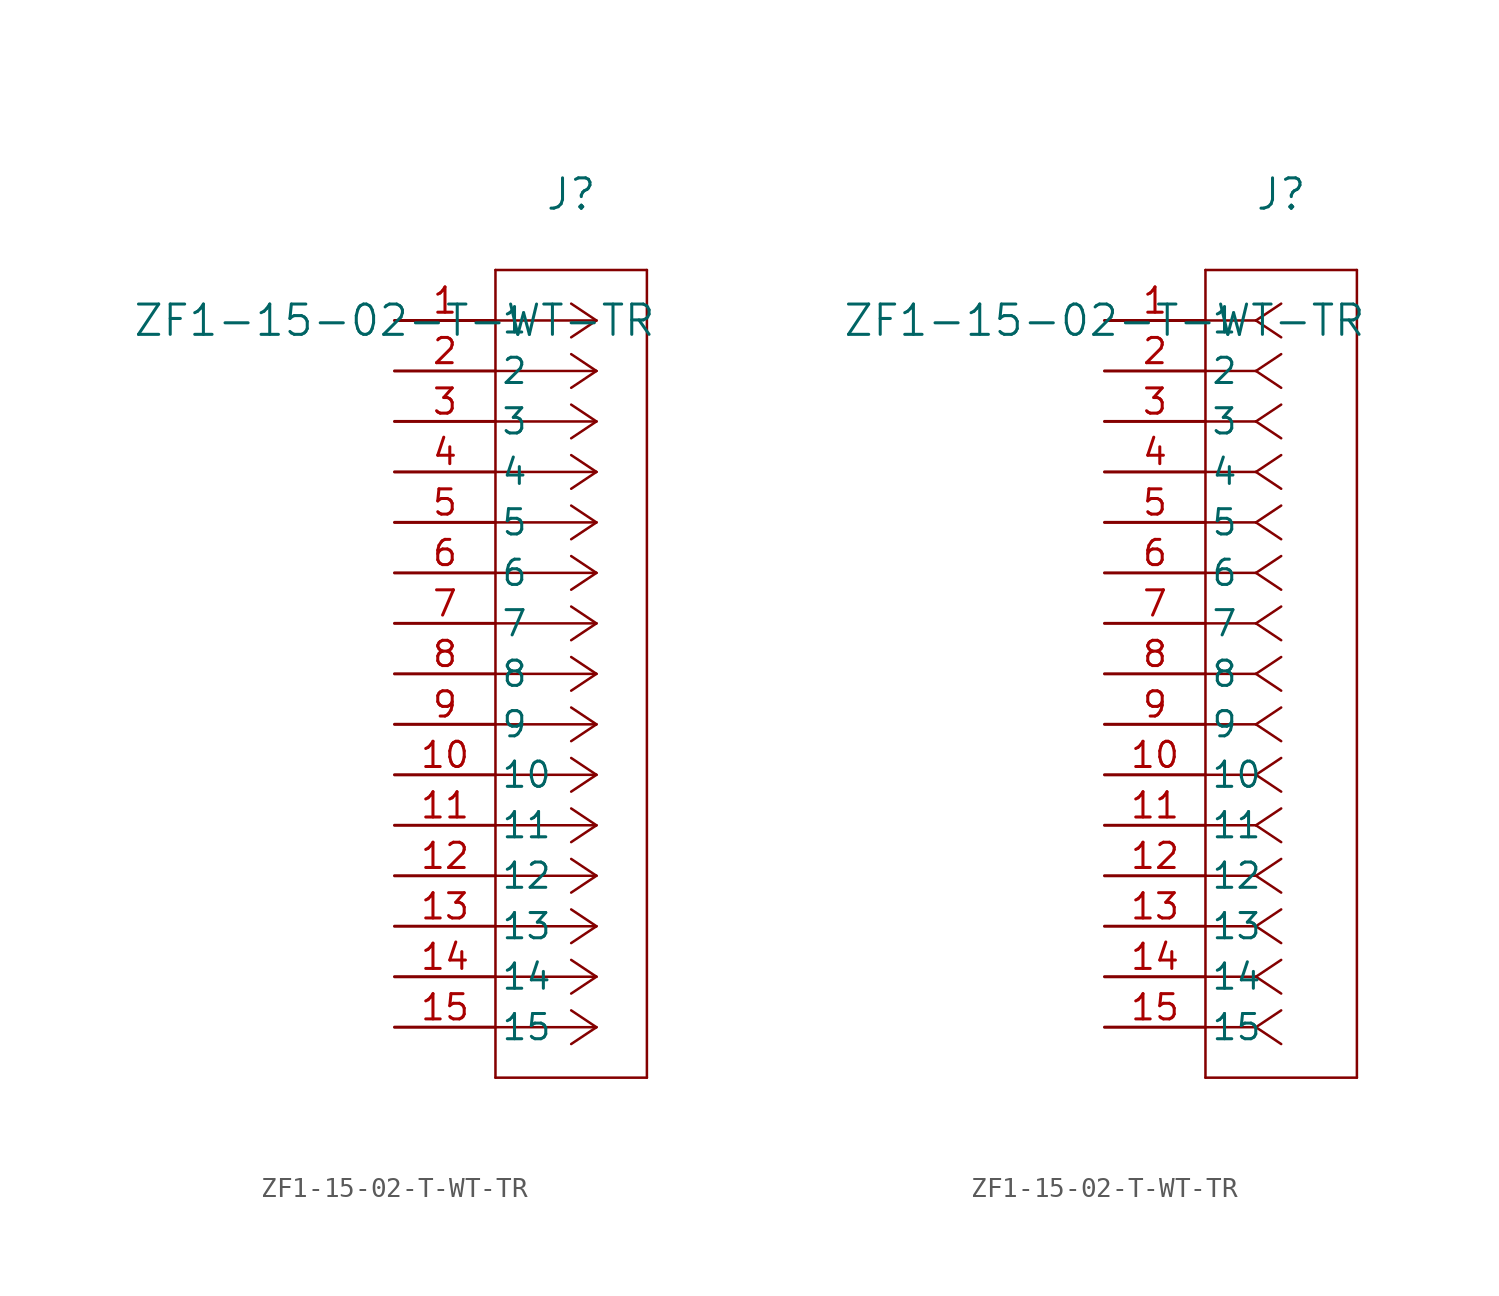
<source format=kicad_sym>
(kicad_symbol_lib
  (version 20211014)
  (generator kicad_symbol_editor)
  (symbol "ZF1-15-02-T-WT-TR"
    (pin_names
      (offset 0.254))
    (property "Reference" "J"
      (at 8.89 6.35 0)
      (effects (font (size 1.524 1.524))))
    (property "Value" "ZF1-15-02-T-WT-TR"
      (at 0 0 0)
      (effects (font (size 1.524 1.524))))
    (symbol "ZF1-15-02-T-WT-TR_1_1"
      (polyline (pts (xy 10.16 0) (xy 5.08 0)) (stroke (width 0.127) (type default) (color 0 0 0 0)) (fill (type none)))
      (polyline (pts (xy 10.16 -2.54) (xy 5.08 -2.54)) (stroke (width 0.127) (type default) (color 0 0 0 0)) (fill (type none)))
      (polyline (pts (xy 10.16 -5.08) (xy 5.08 -5.08)) (stroke (width 0.127) (type default) (color 0 0 0 0)) (fill (type none)))
      (polyline (pts (xy 10.16 -7.62) (xy 5.08 -7.62)) (stroke (width 0.127) (type default) (color 0 0 0 0)) (fill (type none)))
      (polyline (pts (xy 10.16 -10.16) (xy 5.08 -10.16)) (stroke (width 0.127) (type default) (color 0 0 0 0)) (fill (type none)))
      (polyline (pts (xy 10.16 -12.7) (xy 5.08 -12.7)) (stroke (width 0.127) (type default) (color 0 0 0 0)) (fill (type none)))
      (polyline (pts (xy 10.16 -15.24) (xy 5.08 -15.24)) (stroke (width 0.127) (type default) (color 0 0 0 0)) (fill (type none)))
      (polyline (pts (xy 10.16 -17.78) (xy 5.08 -17.78)) (stroke (width 0.127) (type default) (color 0 0 0 0)) (fill (type none)))
      (polyline (pts (xy 10.16 -20.32) (xy 5.08 -20.32)) (stroke (width 0.127) (type default) (color 0 0 0 0)) (fill (type none)))
      (polyline (pts (xy 10.16 -22.86) (xy 5.08 -22.86)) (stroke (width 0.127) (type default) (color 0 0 0 0)) (fill (type none)))
      (polyline (pts (xy 10.16 -25.4) (xy 5.08 -25.4)) (stroke (width 0.127) (type default) (color 0 0 0 0)) (fill (type none)))
      (polyline (pts (xy 10.16 -27.94) (xy 5.08 -27.94)) (stroke (width 0.127) (type default) (color 0 0 0 0)) (fill (type none)))
      (polyline (pts (xy 10.16 -30.48) (xy 5.08 -30.48)) (stroke (width 0.127) (type default) (color 0 0 0 0)) (fill (type none)))
      (polyline (pts (xy 10.16 -33.02) (xy 5.08 -33.02)) (stroke (width 0.127) (type default) (color 0 0 0 0)) (fill (type none)))
      (polyline (pts (xy 10.16 -35.56) (xy 5.08 -35.56)) (stroke (width 0.127) (type default) (color 0 0 0 0)) (fill (type none)))
      (polyline (pts (xy 10.16 0) (xy 8.89 0.847)) (stroke (width 0.127) (type default) (color 0 0 0 0)) (fill (type none)))
      (polyline (pts (xy 10.16 -2.54) (xy 8.89 -1.693)) (stroke (width 0.127) (type default) (color 0 0 0 0)) (fill (type none)))
      (polyline (pts (xy 10.16 -5.08) (xy 8.89 -4.233)) (stroke (width 0.127) (type default) (color 0 0 0 0)) (fill (type none)))
      (polyline (pts (xy 10.16 -7.62) (xy 8.89 -6.773)) (stroke (width 0.127) (type default) (color 0 0 0 0)) (fill (type none)))
      (polyline (pts (xy 10.16 -10.16) (xy 8.89 -9.313)) (stroke (width 0.127) (type default) (color 0 0 0 0)) (fill (type none)))
      (polyline (pts (xy 10.16 -12.7) (xy 8.89 -11.853)) (stroke (width 0.127) (type default) (color 0 0 0 0)) (fill (type none)))
      (polyline (pts (xy 10.16 -15.24) (xy 8.89 -14.393)) (stroke (width 0.127) (type default) (color 0 0 0 0)) (fill (type none)))
      (polyline (pts (xy 10.16 -17.78) (xy 8.89 -16.933)) (stroke (width 0.127) (type default) (color 0 0 0 0)) (fill (type none)))
      (polyline (pts (xy 10.16 -20.32) (xy 8.89 -19.473)) (stroke (width 0.127) (type default) (color 0 0 0 0)) (fill (type none)))
      (polyline (pts (xy 10.16 -22.86) (xy 8.89 -22.013)) (stroke (width 0.127) (type default) (color 0 0 0 0)) (fill (type none)))
      (polyline (pts (xy 10.16 -25.4) (xy 8.89 -24.553)) (stroke (width 0.127) (type default) (color 0 0 0 0)) (fill (type none)))
      (polyline (pts (xy 10.16 -27.94) (xy 8.89 -27.093)) (stroke (width 0.127) (type default) (color 0 0 0 0)) (fill (type none)))
      (polyline (pts (xy 10.16 -30.48) (xy 8.89 -29.633)) (stroke (width 0.127) (type default) (color 0 0 0 0)) (fill (type none)))
      (polyline (pts (xy 10.16 -33.02) (xy 8.89 -32.173)) (stroke (width 0.127) (type default) (color 0 0 0 0)) (fill (type none)))
      (polyline (pts (xy 10.16 -35.56) (xy 8.89 -34.713)) (stroke (width 0.127) (type default) (color 0 0 0 0)) (fill (type none)))
      (polyline (pts (xy 10.16 0) (xy 8.89 -0.847)) (stroke (width 0.127) (type default) (color 0 0 0 0)) (fill (type none)))
      (polyline (pts (xy 10.16 -2.54) (xy 8.89 -3.387)) (stroke (width 0.127) (type default) (color 0 0 0 0)) (fill (type none)))
      (polyline (pts (xy 10.16 -5.08) (xy 8.89 -5.927)) (stroke (width 0.127) (type default) (color 0 0 0 0)) (fill (type none)))
      (polyline (pts (xy 10.16 -7.62) (xy 8.89 -8.467)) (stroke (width 0.127) (type default) (color 0 0 0 0)) (fill (type none)))
      (polyline (pts (xy 10.16 -10.16) (xy 8.89 -11.007)) (stroke (width 0.127) (type default) (color 0 0 0 0)) (fill (type none)))
      (polyline (pts (xy 10.16 -12.7) (xy 8.89 -13.547)) (stroke (width 0.127) (type default) (color 0 0 0 0)) (fill (type none)))
      (polyline (pts (xy 10.16 -15.24) (xy 8.89 -16.087)) (stroke (width 0.127) (type default) (color 0 0 0 0)) (fill (type none)))
      (polyline (pts (xy 10.16 -17.78) (xy 8.89 -18.627)) (stroke (width 0.127) (type default) (color 0 0 0 0)) (fill (type none)))
      (polyline (pts (xy 10.16 -20.32) (xy 8.89 -21.167)) (stroke (width 0.127) (type default) (color 0 0 0 0)) (fill (type none)))
      (polyline (pts (xy 10.16 -22.86) (xy 8.89 -23.707)) (stroke (width 0.127) (type default) (color 0 0 0 0)) (fill (type none)))
      (polyline (pts (xy 10.16 -25.4) (xy 8.89 -26.247)) (stroke (width 0.127) (type default) (color 0 0 0 0)) (fill (type none)))
      (polyline (pts (xy 10.16 -27.94) (xy 8.89 -28.787)) (stroke (width 0.127) (type default) (color 0 0 0 0)) (fill (type none)))
      (polyline (pts (xy 10.16 -30.48) (xy 8.89 -31.327)) (stroke (width 0.127) (type default) (color 0 0 0 0)) (fill (type none)))
      (polyline (pts (xy 10.16 -33.02) (xy 8.89 -33.867)) (stroke (width 0.127) (type default) (color 0 0 0 0)) (fill (type none)))
      (polyline (pts (xy 10.16 -35.56) (xy 8.89 -36.407)) (stroke (width 0.127) (type default) (color 0 0 0 0)) (fill (type none)))
      (polyline (pts (xy 5.08 2.54) (xy 5.08 -38.1)) (stroke (width 0.127) (type default) (color 0 0 0 0)) (fill (type none)))
      (polyline (pts (xy 5.08 -38.1) (xy 12.7 -38.1)) (stroke (width 0.127) (type default) (color 0 0 0 0)) (fill (type none)))
      (polyline (pts (xy 12.7 -38.1) (xy 12.7 2.54)) (stroke (width 0.127) (type default) (color 0 0 0 0)) (fill (type none)))
      (polyline (pts (xy 12.7 2.54) (xy 5.08 2.54)) (stroke (width 0.127) (type default) (color 0 0 0 0)) (fill (type none)))
      (pin unspecified line (at 0 0 0) (length 5.08) (name "1" (effects (font (size 1.27 1.27)))) (number "1" (effects (font (size 1.27 1.27)))))
      (pin unspecified line (at 0 -2.54 0) (length 5.08) (name "2" (effects (font (size 1.27 1.27)))) (number "2" (effects (font (size 1.27 1.27)))))
      (pin unspecified line (at 0 -5.08 0) (length 5.08) (name "3" (effects (font (size 1.27 1.27)))) (number "3" (effects (font (size 1.27 1.27)))))
      (pin unspecified line (at 0 -7.62 0) (length 5.08) (name "4" (effects (font (size 1.27 1.27)))) (number "4" (effects (font (size 1.27 1.27)))))
      (pin unspecified line (at 0 -10.16 0) (length 5.08) (name "5" (effects (font (size 1.27 1.27)))) (number "5" (effects (font (size 1.27 1.27)))))
      (pin unspecified line (at 0 -12.7 0) (length 5.08) (name "6" (effects (font (size 1.27 1.27)))) (number "6" (effects (font (size 1.27 1.27)))))
      (pin unspecified line (at 0 -15.24 0) (length 5.08) (name "7" (effects (font (size 1.27 1.27)))) (number "7" (effects (font (size 1.27 1.27)))))
      (pin unspecified line (at 0 -17.78 0) (length 5.08) (name "8" (effects (font (size 1.27 1.27)))) (number "8" (effects (font (size 1.27 1.27)))))
      (pin unspecified line (at 0 -20.32 0) (length 5.08) (name "9" (effects (font (size 1.27 1.27)))) (number "9" (effects (font (size 1.27 1.27)))))
      (pin unspecified line (at 0 -22.86 0) (length 5.08) (name "10" (effects (font (size 1.27 1.27)))) (number "10" (effects (font (size 1.27 1.27)))))
      (pin unspecified line (at 0 -25.4 0) (length 5.08) (name "11" (effects (font (size 1.27 1.27)))) (number "11" (effects (font (size 1.27 1.27)))))
      (pin unspecified line (at 0 -27.94 0) (length 5.08) (name "12" (effects (font (size 1.27 1.27)))) (number "12" (effects (font (size 1.27 1.27)))))
      (pin unspecified line (at 0 -30.48 0) (length 5.08) (name "13" (effects (font (size 1.27 1.27)))) (number "13" (effects (font (size 1.27 1.27)))))
      (pin unspecified line (at 0 -33.02 0) (length 5.08) (name "14" (effects (font (size 1.27 1.27)))) (number "14" (effects (font (size 1.27 1.27)))))
      (pin unspecified line (at 0 -35.56 0) (length 5.08) (name "15" (effects (font (size 1.27 1.27)))) (number "15" (effects (font (size 1.27 1.27))))))
    (symbol "ZF1-15-02-T-WT-TR_1_2"
      (polyline (pts (xy 7.62 0) (xy 5.08 0)) (stroke (width 0.127) (type default) (color 0 0 0 0)) (fill (type none)))
      (polyline (pts (xy 7.62 -2.54) (xy 5.08 -2.54)) (stroke (width 0.127) (type default) (color 0 0 0 0)) (fill (type none)))
      (polyline (pts (xy 7.62 -5.08) (xy 5.08 -5.08)) (stroke (width 0.127) (type default) (color 0 0 0 0)) (fill (type none)))
      (polyline (pts (xy 7.62 -7.62) (xy 5.08 -7.62)) (stroke (width 0.127) (type default) (color 0 0 0 0)) (fill (type none)))
      (polyline (pts (xy 7.62 -10.16) (xy 5.08 -10.16)) (stroke (width 0.127) (type default) (color 0 0 0 0)) (fill (type none)))
      (polyline (pts (xy 7.62 -12.7) (xy 5.08 -12.7)) (stroke (width 0.127) (type default) (color 0 0 0 0)) (fill (type none)))
      (polyline (pts (xy 7.62 -15.24) (xy 5.08 -15.24)) (stroke (width 0.127) (type default) (color 0 0 0 0)) (fill (type none)))
      (polyline (pts (xy 7.62 -17.78) (xy 5.08 -17.78)) (stroke (width 0.127) (type default) (color 0 0 0 0)) (fill (type none)))
      (polyline (pts (xy 7.62 -20.32) (xy 5.08 -20.32)) (stroke (width 0.127) (type default) (color 0 0 0 0)) (fill (type none)))
      (polyline (pts (xy 7.62 -22.86) (xy 5.08 -22.86)) (stroke (width 0.127) (type default) (color 0 0 0 0)) (fill (type none)))
      (polyline (pts (xy 7.62 -25.4) (xy 5.08 -25.4)) (stroke (width 0.127) (type default) (color 0 0 0 0)) (fill (type none)))
      (polyline (pts (xy 7.62 -27.94) (xy 5.08 -27.94)) (stroke (width 0.127) (type default) (color 0 0 0 0)) (fill (type none)))
      (polyline (pts (xy 7.62 -30.48) (xy 5.08 -30.48)) (stroke (width 0.127) (type default) (color 0 0 0 0)) (fill (type none)))
      (polyline (pts (xy 7.62 -33.02) (xy 5.08 -33.02)) (stroke (width 0.127) (type default) (color 0 0 0 0)) (fill (type none)))
      (polyline (pts (xy 7.62 -35.56) (xy 5.08 -35.56)) (stroke (width 0.127) (type default) (color 0 0 0 0)) (fill (type none)))
      (polyline (pts (xy 7.62 0) (xy 8.89 0.847)) (stroke (width 0.127) (type default) (color 0 0 0 0)) (fill (type none)))
      (polyline (pts (xy 7.62 -2.54) (xy 8.89 -1.693)) (stroke (width 0.127) (type default) (color 0 0 0 0)) (fill (type none)))
      (polyline (pts (xy 7.62 -5.08) (xy 8.89 -4.233)) (stroke (width 0.127) (type default) (color 0 0 0 0)) (fill (type none)))
      (polyline (pts (xy 7.62 -7.62) (xy 8.89 -6.773)) (stroke (width 0.127) (type default) (color 0 0 0 0)) (fill (type none)))
      (polyline (pts (xy 7.62 -10.16) (xy 8.89 -9.313)) (stroke (width 0.127) (type default) (color 0 0 0 0)) (fill (type none)))
      (polyline (pts (xy 7.62 -12.7) (xy 8.89 -11.853)) (stroke (width 0.127) (type default) (color 0 0 0 0)) (fill (type none)))
      (polyline (pts (xy 7.62 -15.24) (xy 8.89 -14.393)) (stroke (width 0.127) (type default) (color 0 0 0 0)) (fill (type none)))
      (polyline (pts (xy 7.62 -17.78) (xy 8.89 -16.933)) (stroke (width 0.127) (type default) (color 0 0 0 0)) (fill (type none)))
      (polyline (pts (xy 7.62 -20.32) (xy 8.89 -19.473)) (stroke (width 0.127) (type default) (color 0 0 0 0)) (fill (type none)))
      (polyline (pts (xy 7.62 -22.86) (xy 8.89 -22.013)) (stroke (width 0.127) (type default) (color 0 0 0 0)) (fill (type none)))
      (polyline (pts (xy 7.62 -25.4) (xy 8.89 -24.553)) (stroke (width 0.127) (type default) (color 0 0 0 0)) (fill (type none)))
      (polyline (pts (xy 7.62 -27.94) (xy 8.89 -27.093)) (stroke (width 0.127) (type default) (color 0 0 0 0)) (fill (type none)))
      (polyline (pts (xy 7.62 -30.48) (xy 8.89 -29.633)) (stroke (width 0.127) (type default) (color 0 0 0 0)) (fill (type none)))
      (polyline (pts (xy 7.62 -33.02) (xy 8.89 -32.173)) (stroke (width 0.127) (type default) (color 0 0 0 0)) (fill (type none)))
      (polyline (pts (xy 7.62 -35.56) (xy 8.89 -34.713)) (stroke (width 0.127) (type default) (color 0 0 0 0)) (fill (type none)))
      (polyline (pts (xy 7.62 0) (xy 8.89 -0.847)) (stroke (width 0.127) (type default) (color 0 0 0 0)) (fill (type none)))
      (polyline (pts (xy 7.62 -2.54) (xy 8.89 -3.387)) (stroke (width 0.127) (type default) (color 0 0 0 0)) (fill (type none)))
      (polyline (pts (xy 7.62 -5.08) (xy 8.89 -5.927)) (stroke (width 0.127) (type default) (color 0 0 0 0)) (fill (type none)))
      (polyline (pts (xy 7.62 -7.62) (xy 8.89 -8.467)) (stroke (width 0.127) (type default) (color 0 0 0 0)) (fill (type none)))
      (polyline (pts (xy 7.62 -10.16) (xy 8.89 -11.007)) (stroke (width 0.127) (type default) (color 0 0 0 0)) (fill (type none)))
      (polyline (pts (xy 7.62 -12.7) (xy 8.89 -13.547)) (stroke (width 0.127) (type default) (color 0 0 0 0)) (fill (type none)))
      (polyline (pts (xy 7.62 -15.24) (xy 8.89 -16.087)) (stroke (width 0.127) (type default) (color 0 0 0 0)) (fill (type none)))
      (polyline (pts (xy 7.62 -17.78) (xy 8.89 -18.627)) (stroke (width 0.127) (type default) (color 0 0 0 0)) (fill (type none)))
      (polyline (pts (xy 7.62 -20.32) (xy 8.89 -21.167)) (stroke (width 0.127) (type default) (color 0 0 0 0)) (fill (type none)))
      (polyline (pts (xy 7.62 -22.86) (xy 8.89 -23.707)) (stroke (width 0.127) (type default) (color 0 0 0 0)) (fill (type none)))
      (polyline (pts (xy 7.62 -25.4) (xy 8.89 -26.247)) (stroke (width 0.127) (type default) (color 0 0 0 0)) (fill (type none)))
      (polyline (pts (xy 7.62 -27.94) (xy 8.89 -28.787)) (stroke (width 0.127) (type default) (color 0 0 0 0)) (fill (type none)))
      (polyline (pts (xy 7.62 -30.48) (xy 8.89 -31.327)) (stroke (width 0.127) (type default) (color 0 0 0 0)) (fill (type none)))
      (polyline (pts (xy 7.62 -33.02) (xy 8.89 -33.867)) (stroke (width 0.127) (type default) (color 0 0 0 0)) (fill (type none)))
      (polyline (pts (xy 7.62 -35.56) (xy 8.89 -36.407)) (stroke (width 0.127) (type default) (color 0 0 0 0)) (fill (type none)))
      (polyline (pts (xy 5.08 2.54) (xy 5.08 -38.1)) (stroke (width 0.127) (type default) (color 0 0 0 0)) (fill (type none)))
      (polyline (pts (xy 5.08 -38.1) (xy 12.7 -38.1)) (stroke (width 0.127) (type default) (color 0 0 0 0)) (fill (type none)))
      (polyline (pts (xy 12.7 -38.1) (xy 12.7 2.54)) (stroke (width 0.127) (type default) (color 0 0 0 0)) (fill (type none)))
      (polyline (pts (xy 12.7 2.54) (xy 5.08 2.54)) (stroke (width 0.127) (type default) (color 0 0 0 0)) (fill (type none)))
      (pin unspecified line (at 0 0 0) (length 5.08) (name "1" (effects (font (size 1.27 1.27)))) (number "1" (effects (font (size 1.27 1.27)))))
      (pin unspecified line (at 0 -2.54 0) (length 5.08) (name "2" (effects (font (size 1.27 1.27)))) (number "2" (effects (font (size 1.27 1.27)))))
      (pin unspecified line (at 0 -5.08 0) (length 5.08) (name "3" (effects (font (size 1.27 1.27)))) (number "3" (effects (font (size 1.27 1.27)))))
      (pin unspecified line (at 0 -7.62 0) (length 5.08) (name "4" (effects (font (size 1.27 1.27)))) (number "4" (effects (font (size 1.27 1.27)))))
      (pin unspecified line (at 0 -10.16 0) (length 5.08) (name "5" (effects (font (size 1.27 1.27)))) (number "5" (effects (font (size 1.27 1.27)))))
      (pin unspecified line (at 0 -12.7 0) (length 5.08) (name "6" (effects (font (size 1.27 1.27)))) (number "6" (effects (font (size 1.27 1.27)))))
      (pin unspecified line (at 0 -15.24 0) (length 5.08) (name "7" (effects (font (size 1.27 1.27)))) (number "7" (effects (font (size 1.27 1.27)))))
      (pin unspecified line (at 0 -17.78 0) (length 5.08) (name "8" (effects (font (size 1.27 1.27)))) (number "8" (effects (font (size 1.27 1.27)))))
      (pin unspecified line (at 0 -20.32 0) (length 5.08) (name "9" (effects (font (size 1.27 1.27)))) (number "9" (effects (font (size 1.27 1.27)))))
      (pin unspecified line (at 0 -22.86 0) (length 5.08) (name "10" (effects (font (size 1.27 1.27)))) (number "10" (effects (font (size 1.27 1.27)))))
      (pin unspecified line (at 0 -25.4 0) (length 5.08) (name "11" (effects (font (size 1.27 1.27)))) (number "11" (effects (font (size 1.27 1.27)))))
      (pin unspecified line (at 0 -27.94 0) (length 5.08) (name "12" (effects (font (size 1.27 1.27)))) (number "12" (effects (font (size 1.27 1.27)))))
      (pin unspecified line (at 0 -30.48 0) (length 5.08) (name "13" (effects (font (size 1.27 1.27)))) (number "13" (effects (font (size 1.27 1.27)))))
      (pin unspecified line (at 0 -33.02 0) (length 5.08) (name "14" (effects (font (size 1.27 1.27)))) (number "14" (effects (font (size 1.27 1.27)))))
      (pin unspecified line (at 0 -35.56 0) (length 5.08) (name "15" (effects (font (size 1.27 1.27)))) (number "15" (effects (font (size 1.27 1.27))))))))
</source>
